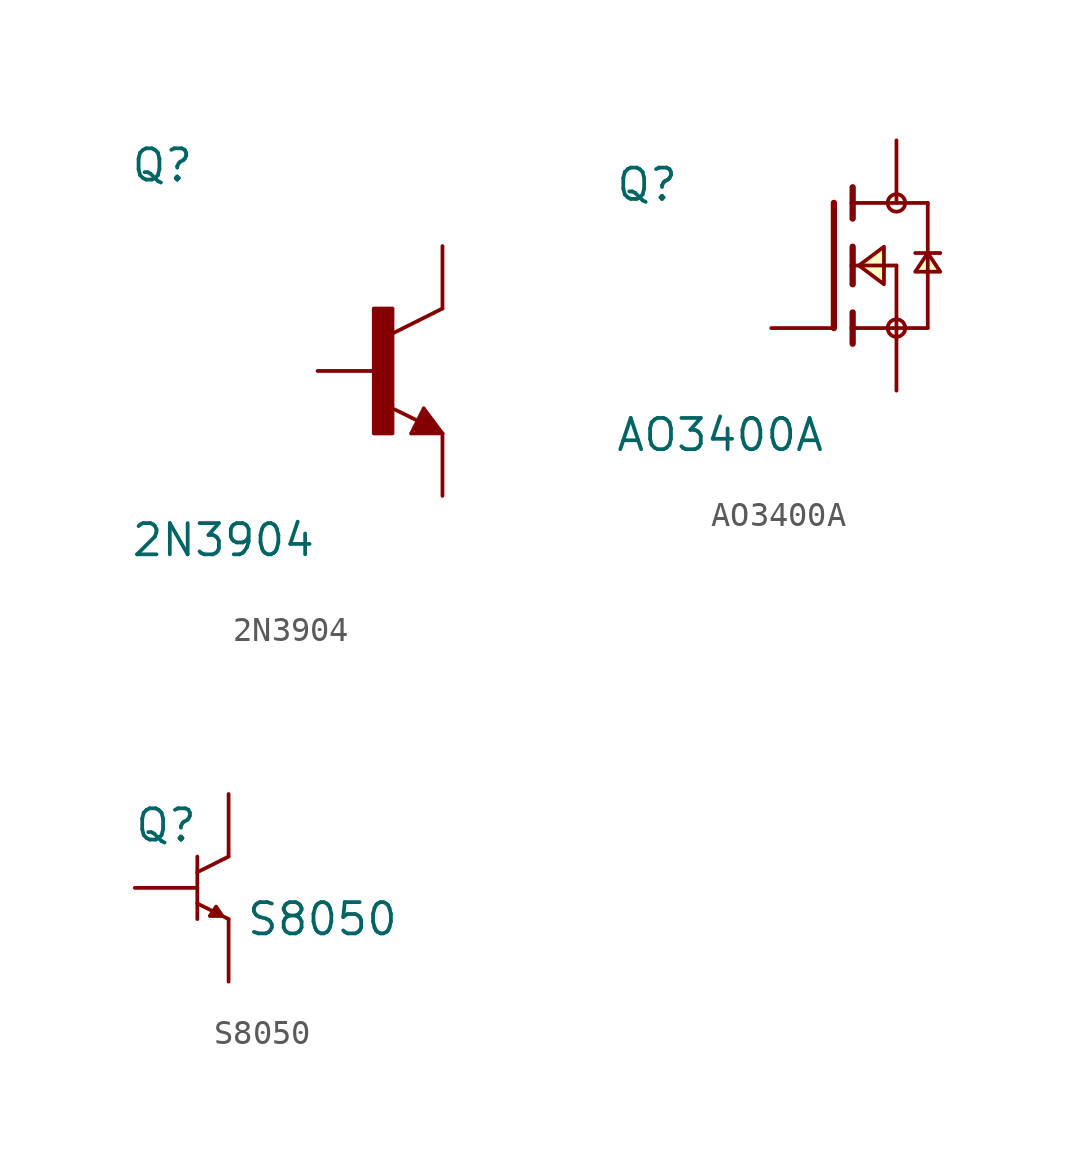
<source format=kicad_sym>
(kicad_symbol_lib
  (version 20211014)
  (generator kicad_symbol_editor)
  (symbol "2N3904"
    (pin_numbers hide)
    (pin_names
      (offset 1.016) hide)
    (property "Reference" "Q"
      (at -10.16 7.62 0)
      (effects (font (size 1.27 1.27)) (justify left bottom)))
    (property "Value" "2N3904"
      (at -10.16 -7.62 0)
      (effects (font (size 1.27 1.27)) (justify left bottom)))
    (symbol "2N3904_0_0"
      (rectangle (start -0.254 -2.54) (end 0.508 2.54) (stroke (width 0) (type default) (color 0 0 0 0)) (fill (type outline)))
      (polyline (pts (xy 1.27 -2.54) (xy 1.778 -1.524)) (stroke (width 0.152) (type default) (color 0 0 0 0)) (fill (type none)))
      (polyline (pts (xy 1.524 -2.413) (xy 2.286 -2.413)) (stroke (width 0.254) (type default) (color 0 0 0 0)) (fill (type none)))
      (polyline (pts (xy 1.524 -2.286) (xy 1.905 -2.286)) (stroke (width 0.254) (type default) (color 0 0 0 0)) (fill (type none)))
      (polyline (pts (xy 1.549 -2.032) (xy 0.305 -1.422)) (stroke (width 0.152) (type default) (color 0 0 0 0)) (fill (type none)))
      (polyline (pts (xy 1.778 -1.778) (xy 1.524 -2.286)) (stroke (width 0.254) (type default) (color 0 0 0 0)) (fill (type none)))
      (polyline (pts (xy 1.778 -1.524) (xy 2.54 -2.54)) (stroke (width 0.152) (type default) (color 0 0 0 0)) (fill (type none)))
      (polyline (pts (xy 1.905 -2.286) (xy 1.778 -2.032)) (stroke (width 0.254) (type default) (color 0 0 0 0)) (fill (type none)))
      (polyline (pts (xy 2.286 -2.413) (xy 1.778 -1.778)) (stroke (width 0.254) (type default) (color 0 0 0 0)) (fill (type none)))
      (polyline (pts (xy 2.54 -2.54) (xy 1.27 -2.54)) (stroke (width 0.152) (type default) (color 0 0 0 0)) (fill (type none)))
      (polyline (pts (xy 2.54 2.54) (xy 0.508 1.524)) (stroke (width 0.152) (type default) (color 0 0 0 0)) (fill (type none)))
      (pin passive line (at 2.54 -5.08 90) (length 2.54) (name "~" (effects (font (size 1.016 1.016)))) (number "1" (effects (font (size 1.016 1.016)))))
      (pin passive line (at -2.54 0 0) (length 2.54) (name "~" (effects (font (size 1.016 1.016)))) (number "2" (effects (font (size 1.016 1.016)))))
      (pin passive line (at 2.54 5.08 270) (length 2.54) (name "~" (effects (font (size 1.016 1.016)))) (number "3" (effects (font (size 1.016 1.016)))))))
  (symbol "AO3400A"
    (pin_numbers hide)
    (pin_names
      (offset 1.016) hide)
    (property "Reference" "Q"
      (at -8.89 2.54 0)
      (effects (font (size 1.27 1.27)) (justify left bottom)))
    (property "Value" "AO3400A"
      (at -8.89 -7.62 0)
      (effects (font (size 1.27 1.27)) (justify left bottom)))
    (symbol "AO3400A_0_0"
      (polyline (pts (xy 0 2.54) (xy 0 -2.54)) (stroke (width 0.254) (type default) (color 0 0 0 0)) (fill (type none)))
      (polyline (pts (xy 0.762 -2.54) (xy 0.762 -3.175)) (stroke (width 0.254) (type default) (color 0 0 0 0)) (fill (type none)))
      (polyline (pts (xy 0.762 -1.905) (xy 0.762 -2.54)) (stroke (width 0.254) (type default) (color 0 0 0 0)) (fill (type none)))
      (polyline (pts (xy 0.762 0) (xy 0.762 -0.762)) (stroke (width 0.254) (type default) (color 0 0 0 0)) (fill (type none)))
      (polyline (pts (xy 0.762 0) (xy 2.54 0)) (stroke (width 0.152) (type default) (color 0 0 0 0)) (fill (type none)))
      (polyline (pts (xy 0.762 0.762) (xy 0.762 0)) (stroke (width 0.254) (type default) (color 0 0 0 0)) (fill (type none)))
      (polyline (pts (xy 0.762 2.54) (xy 0.762 1.905)) (stroke (width 0.254) (type default) (color 0 0 0 0)) (fill (type none)))
      (polyline (pts (xy 0.762 2.54) (xy 3.81 2.54)) (stroke (width 0.152) (type default) (color 0 0 0 0)) (fill (type none)))
      (polyline (pts (xy 0.762 3.175) (xy 0.762 2.54)) (stroke (width 0.254) (type default) (color 0 0 0 0)) (fill (type none)))
      (polyline (pts (xy 2.54 -2.54) (xy 0.762 -2.54)) (stroke (width 0.152) (type default) (color 0 0 0 0)) (fill (type none)))
      (polyline (pts (xy 2.54 -2.54) (xy 3.81 -2.54)) (stroke (width 0.152) (type default) (color 0 0 0 0)) (fill (type none)))
      (polyline (pts (xy 2.54 0) (xy 2.54 -2.54)) (stroke (width 0.152) (type default) (color 0 0 0 0)) (fill (type none)))
      (polyline (pts (xy 3.81 0.508) (xy 3.302 0.508)) (stroke (width 0.152) (type default) (color 0 0 0 0)) (fill (type none)))
      (polyline (pts (xy 3.81 0.508) (xy 3.81 -2.54)) (stroke (width 0.152) (type default) (color 0 0 0 0)) (fill (type none)))
      (polyline (pts (xy 3.81 2.54) (xy 3.81 0.508)) (stroke (width 0.152) (type default) (color 0 0 0 0)) (fill (type none)))
      (polyline (pts (xy 4.318 0.508) (xy 3.81 0.508)) (stroke (width 0.152) (type default) (color 0 0 0 0)) (fill (type none)))
      (polyline (pts (xy 1.016 0) (xy 2.032 0.762) (xy 2.032 -0.762) (xy 1.016 0)) (stroke (width 0.152) (type default) (color 0 0 0 0)) (fill (type background)))
      (polyline (pts (xy 3.81 0.508) (xy 3.302 -0.254) (xy 4.318 -0.254) (xy 3.81 0.508)) (stroke (width 0.152) (type default) (color 0 0 0 0)) (fill (type background)))
      (circle (center 2.54 -2.54) (radius 0.356) (stroke (width 0) (type default) (color 0 0 0 0)) (fill (type none)))
      (circle (center 2.54 2.54) (radius 0.356) (stroke (width 0) (type default) (color 0 0 0 0)) (fill (type none)))
      (pin passive line (at -2.54 -2.54 0) (length 2.54) (name "~" (effects (font (size 1.016 1.016)))) (number "1" (effects (font (size 1.016 1.016)))))
      (pin passive line (at 2.54 -5.08 90) (length 2.54) (name "~" (effects (font (size 1.016 1.016)))) (number "2" (effects (font (size 1.016 1.016)))))
      (pin passive line (at 2.54 5.08 270) (length 2.54) (name "~" (effects (font (size 1.016 1.016)))) (number "3" (effects (font (size 1.016 1.016)))))))
  (symbol "S8050"
    (pin_numbers hide)
    (pin_names
      (offset 1.016) hide)
    (property "Reference" "Q"
      (at -2.54 2.54 0)
      (effects (font (size 1.27 1.27))))
    (property "Value" "S8050"
      (at 3.81 -1.27 0)
      (effects (font (size 1.27 1.27))))
    (symbol "S8050_0_1"
      (polyline (pts (xy -1.27 -0.635) (xy 0 -1.27)) (stroke (width 0) (type default) (color 0 0 0 0)) (fill (type none)))
      (polyline (pts (xy -1.27 0.635) (xy 0 1.27)) (stroke (width 0) (type default) (color 0 0 0 0)) (fill (type none)))
      (polyline (pts (xy -1.27 1.27) (xy -1.27 -1.27)) (stroke (width 0) (type default) (color 0 0 0 0)) (fill (type none)))
      (polyline (pts (xy -0.254 -1.143) (xy -0.508 -0.762) (xy -0.762 -1.143) (xy -0.254 -1.143)) (stroke (width 0) (type default) (color 0 0 0 0)) (fill (type outline))))
    (symbol "S8050_1_1"
      (pin passive line (at -3.81 0 0) (length 2.54) (name "1" (effects (font (size 1.27 1.27)))) (number "1" (effects (font (size 1.27 1.27)))))
      (pin passive line (at 0 -3.81 90) (length 2.54) (name "2" (effects (font (size 1.27 1.27)))) (number "2" (effects (font (size 1.27 1.27)))))
      (pin passive line (at 0 3.81 270) (length 2.54) (name "3" (effects (font (size 1.27 1.27)))) (number "3" (effects (font (size 1.27 1.27))))))))
</source>
